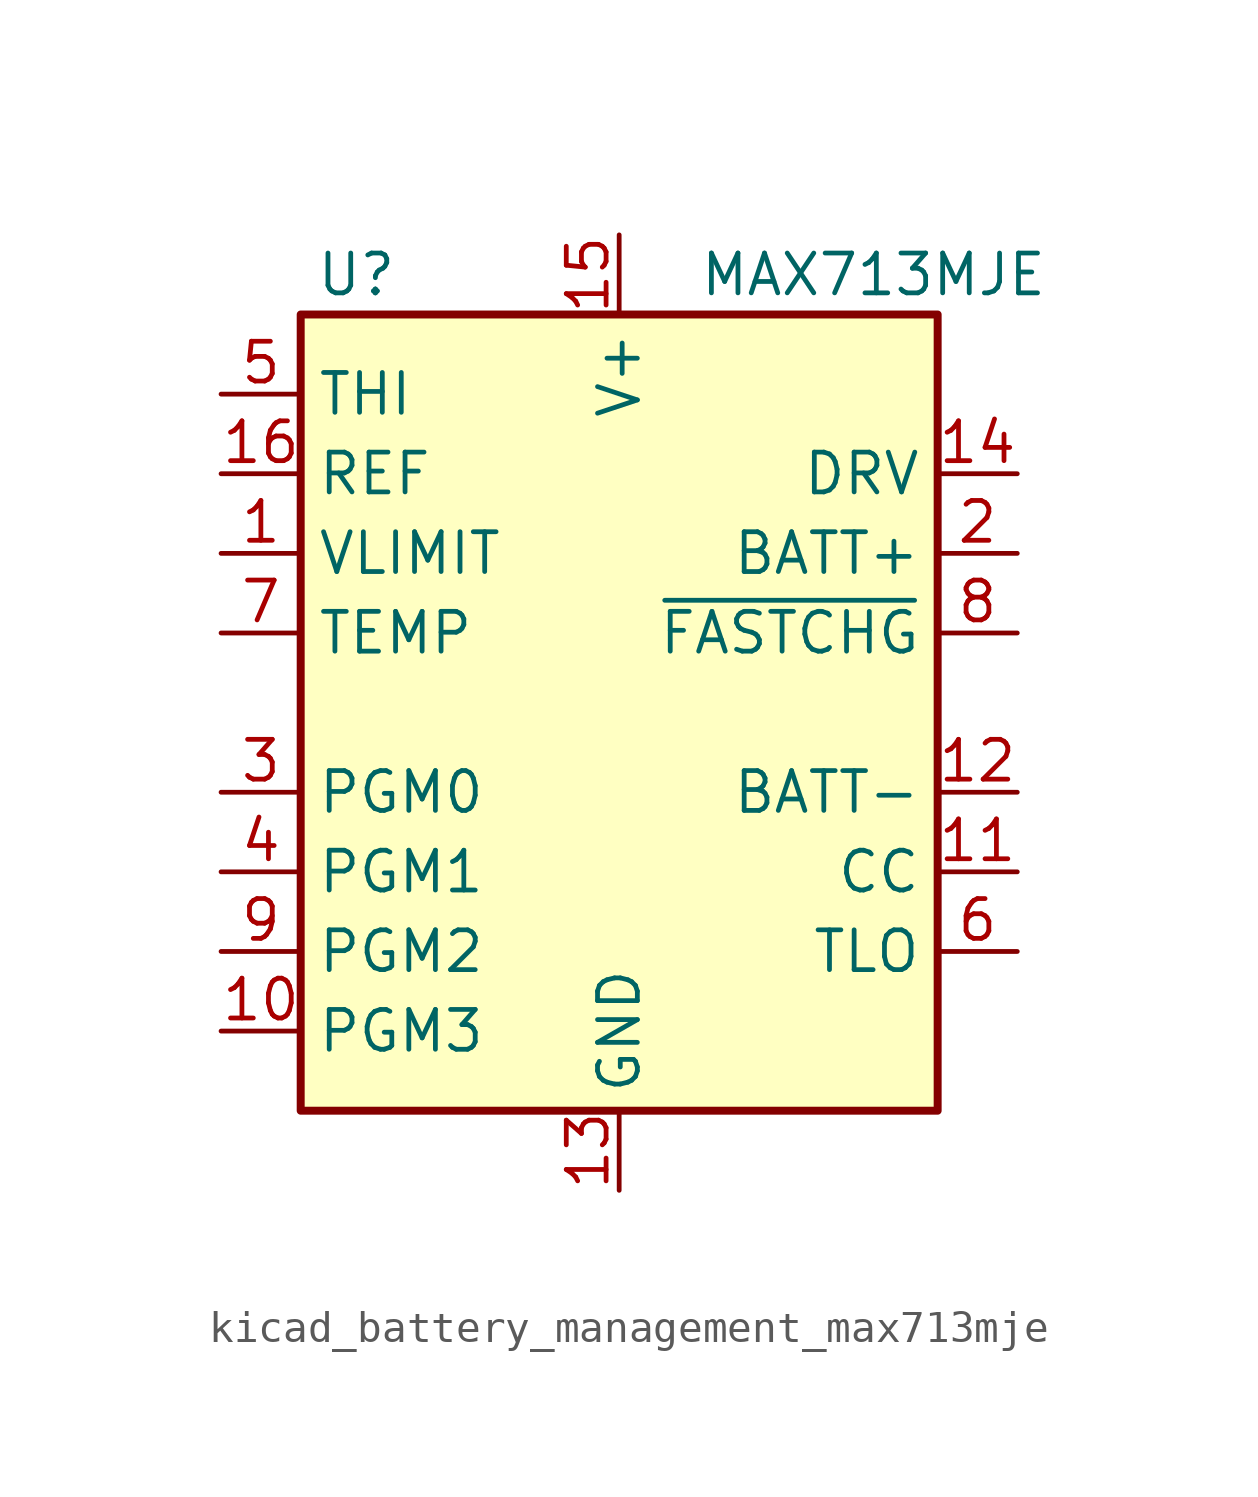
<source format=kicad_sym>
(kicad_symbol_lib
  (version 20220914)
  (generator kicad_symbol_editor)
  (symbol "kicad_battery_management_max713mje"
    (property "Reference" "U"
      (at -8.382 13.97 0)
      (effects (font (size 1.27 1.27))))
    (property "Value" "MAX713MJE"
      (at 2.54 13.97 0)
      (effects (font (size 1.27 1.27)) (justify left)))
    (symbol "kicad_battery_management_max713mje_0_1"
      (rectangle (start -10.16 12.7) (end 10.16 -12.7) (stroke (width 0.254) (type default)) (fill (type background))))
    (symbol "kicad_battery_management_max713mje_1_1"
      (pin input line (at -12.7 5.08 0) (length 2.54) (name "VLIMIT" (effects (font (size 1.27 1.27)))) (number "1" (effects (font (size 1.27 1.27)))))
      (pin input line (at -12.7 -10.16 0) (length 2.54) (name "PGM3" (effects (font (size 1.27 1.27)))) (number "10" (effects (font (size 1.27 1.27)))))
      (pin input line (at 12.7 -5.08 180) (length 2.54) (name "CC" (effects (font (size 1.27 1.27)))) (number "11" (effects (font (size 1.27 1.27)))))
      (pin input line (at 12.7 -2.54 180) (length 2.54) (name "BATT-" (effects (font (size 1.27 1.27)))) (number "12" (effects (font (size 1.27 1.27)))))
      (pin power_in line (at 0 -15.24 90) (length 2.54) (name "GND" (effects (font (size 1.27 1.27)))) (number "13" (effects (font (size 1.27 1.27)))))
      (pin output line (at 12.7 7.62 180) (length 2.54) (name "DRV" (effects (font (size 1.27 1.27)))) (number "14" (effects (font (size 1.27 1.27)))))
      (pin power_in line (at 0 15.24 270) (length 2.54) (name "V+" (effects (font (size 1.27 1.27)))) (number "15" (effects (font (size 1.27 1.27)))))
      (pin power_in line (at -12.7 7.62 0) (length 2.54) (name "REF" (effects (font (size 1.27 1.27)))) (number "16" (effects (font (size 1.27 1.27)))))
      (pin input line (at 12.7 5.08 180) (length 2.54) (name "BATT+" (effects (font (size 1.27 1.27)))) (number "2" (effects (font (size 1.27 1.27)))))
      (pin input line (at -12.7 -2.54 0) (length 2.54) (name "PGM0" (effects (font (size 1.27 1.27)))) (number "3" (effects (font (size 1.27 1.27)))))
      (pin input line (at -12.7 -5.08 0) (length 2.54) (name "PGM1" (effects (font (size 1.27 1.27)))) (number "4" (effects (font (size 1.27 1.27)))))
      (pin input line (at -12.7 10.16 0) (length 2.54) (name "THI" (effects (font (size 1.27 1.27)))) (number "5" (effects (font (size 1.27 1.27)))))
      (pin input line (at 12.7 -7.62 180) (length 2.54) (name "TLO" (effects (font (size 1.27 1.27)))) (number "6" (effects (font (size 1.27 1.27)))))
      (pin input line (at -12.7 2.54 0) (length 2.54) (name "TEMP" (effects (font (size 1.27 1.27)))) (number "7" (effects (font (size 1.27 1.27)))))
      (pin open_collector line (at 12.7 2.54 180) (length 2.54) (name "~{FASTCHG}" (effects (font (size 1.27 1.27)))) (number "8" (effects (font (size 1.27 1.27)))))
      (pin input line (at -12.7 -7.62 0) (length 2.54) (name "PGM2" (effects (font (size 1.27 1.27)))) (number "9" (effects (font (size 1.27 1.27))))))))
</source>
